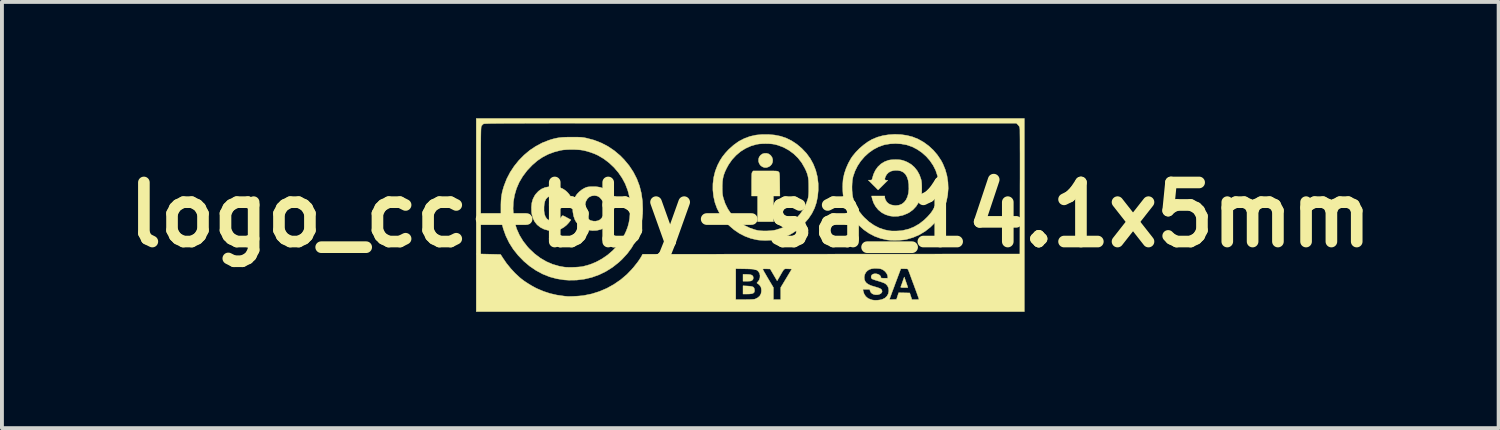
<source format=kicad_pcb>
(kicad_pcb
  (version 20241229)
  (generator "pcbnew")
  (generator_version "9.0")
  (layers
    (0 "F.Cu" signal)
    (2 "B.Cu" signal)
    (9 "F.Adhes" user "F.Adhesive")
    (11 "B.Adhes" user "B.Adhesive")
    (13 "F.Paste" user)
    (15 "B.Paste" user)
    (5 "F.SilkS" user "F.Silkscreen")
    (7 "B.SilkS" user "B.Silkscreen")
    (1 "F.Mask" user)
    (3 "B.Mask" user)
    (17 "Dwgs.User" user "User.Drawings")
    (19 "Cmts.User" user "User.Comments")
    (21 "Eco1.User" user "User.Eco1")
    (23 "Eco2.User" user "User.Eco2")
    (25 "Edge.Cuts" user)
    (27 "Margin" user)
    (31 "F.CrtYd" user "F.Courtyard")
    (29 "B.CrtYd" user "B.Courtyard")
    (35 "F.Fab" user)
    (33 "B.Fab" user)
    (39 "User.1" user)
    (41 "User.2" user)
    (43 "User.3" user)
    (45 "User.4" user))
  (footprint "logo_cc-bby-sa_14.1x5mm"
    (layer "F.Cu")
    (at 16.3 2.49)
    (property "Reference" "logo_cc-bby-sa_14.1x5mm" (at 0 0 0) (layer "F.SilkS") (effects (font (size 1.524 1.524) (thickness 0.3))))
    (attr through_hole)
    (fp_poly (pts (xy -0.072 1.836) (xy -0.006 1.841) (xy 0.041 1.849) (xy 0.073 1.861) (xy 0.093 1.88) (xy 0.104 1.906) (xy 0.106 1.916) (xy 0.11 1.961) (xy 0.102 1.995) (xy 0.079 2.019) (xy 0.041 2.034) (xy -0.016 2.041) (xy -0.077 2.043) (xy -0.188 2.043) (xy -0.188 1.83) (xy -0.072 1.836)) (stroke (width 0.01) (type solid)) (fill yes) (layer "F.SilkS"))
    (fp_poly (pts (xy -0.032 1.538) (xy 0.018 1.547) (xy 0.052 1.564) (xy 0.071 1.59) (xy 0.077 1.627) (xy 0.077 1.633) (xy 0.068 1.668) (xy 0.048 1.689) (xy 0.031 1.7) (xy 0.01 1.707) (xy -0.021 1.71) (xy -0.067 1.712) (xy -0.084 1.712) (xy -0.188 1.712) (xy -0.188 1.535) (xy -0.101 1.535) (xy -0.032 1.538)) (stroke (width 0.01) (type solid)) (fill yes) (layer "F.SilkS"))
    (fp_poly (pts (xy 4.017 1.737) (xy 4.035 1.788) (xy 4.049 1.83) (xy 4.059 1.86) (xy 4.064 1.874) (xy 4.064 1.874) (xy 4.054 1.876) (xy 4.027 1.877) (xy 3.987 1.877) (xy 3.969 1.877) (xy 3.921 1.877) (xy 3.892 1.874) (xy 3.88 1.868) (xy 3.879 1.864) (xy 3.884 1.848) (xy 3.895 1.817) (xy 3.911 1.774) (xy 3.927 1.727) (xy 3.97 1.604) (xy 4.017 1.737)) (stroke (width 0.01) (type solid)) (fill yes) (layer "F.SilkS"))
    (fp_poly (pts (xy 0.472 -1.572) (xy 0.52 -1.538) (xy 0.529 -1.529) (xy 0.564 -1.475) (xy 0.579 -1.418) (xy 0.575 -1.361) (xy 0.554 -1.308) (xy 0.515 -1.263) (xy 0.47 -1.236) (xy 0.415 -1.218) (xy 0.364 -1.219) (xy 0.312 -1.238) (xy 0.264 -1.273) (xy 0.23 -1.322) (xy 0.212 -1.378) (xy 0.213 -1.438) (xy 0.228 -1.487) (xy 0.262 -1.535) (xy 0.308 -1.569) (xy 0.362 -1.586) (xy 0.418 -1.587) (xy 0.472 -1.572)) (stroke (width 0.01) (type solid)) (fill yes) (layer "F.SilkS"))
    (fp_poly (pts (xy 0.482 -1.132) (xy 0.555 -1.132) (xy 0.61 -1.131) (xy 0.651 -1.13) (xy 0.68 -1.128) (xy 0.7 -1.125) (xy 0.713 -1.121) (xy 0.722 -1.115) (xy 0.73 -1.108) (xy 0.731 -1.107) (xy 0.739 -1.099) (xy 0.745 -1.089) (xy 0.749 -1.076) (xy 0.752 -1.057) (xy 0.755 -1.028) (xy 0.757 -0.988) (xy 0.758 -0.933) (xy 0.759 -0.86) (xy 0.76 -0.784) (xy 0.763 -0.486) (xy 0.596 -0.486) (xy 0.596 0.177) (xy 0.188 0.177) (xy 0.188 -0.486) (xy 0.033 -0.486) (xy 0.033 -0.783) (xy 0.033 -0.872) (xy 0.034 -0.942) (xy 0.035 -0.995) (xy 0.036 -1.034) (xy 0.038 -1.062) (xy 0.042 -1.081) (xy 0.046 -1.094) (xy 0.052 -1.103) (xy 0.054 -1.106) (xy 0.075 -1.132) (xy 0.391 -1.132) (xy 0.482 -1.132)) (stroke (width 0.01) (type solid)) (fill yes) (layer "F.SilkS"))
    (fp_poly (pts (xy -3.969 -0.725) (xy -3.872 -0.71) (xy -3.788 -0.68) (xy -3.714 -0.635) (xy -3.659 -0.586) (xy -3.625 -0.55) (xy -3.599 -0.516) (xy -3.582 -0.49) (xy -3.578 -0.473) (xy -3.579 -0.471) (xy -3.591 -0.464) (xy -3.617 -0.45) (xy -3.653 -0.431) (xy -3.693 -0.409) (xy -3.734 -0.389) (xy -3.769 -0.371) (xy -3.794 -0.358) (xy -3.804 -0.353) (xy -3.813 -0.362) (xy -3.829 -0.383) (xy -3.843 -0.403) (xy -3.89 -0.454) (xy -3.946 -0.485) (xy -4.013 -0.497) (xy -4.022 -0.497) (xy -4.094 -0.487) (xy -4.156 -0.458) (xy -4.204 -0.411) (xy -4.239 -0.348) (xy -4.247 -0.325) (xy -4.256 -0.277) (xy -4.261 -0.216) (xy -4.262 -0.148) (xy -4.259 -0.082) (xy -4.251 -0.025) (xy -4.246 -0.002) (xy -4.216 0.065) (xy -4.172 0.115) (xy -4.115 0.148) (xy -4.045 0.163) (xy -3.994 0.164) (xy -3.927 0.152) (xy -3.874 0.125) (xy -3.83 0.08) (xy -3.815 0.058) (xy -3.785 0.012) (xy -3.69 0.061) (xy -3.637 0.088) (xy -3.602 0.107) (xy -3.581 0.122) (xy -3.574 0.134) (xy -3.577 0.148) (xy -3.589 0.166) (xy -3.604 0.185) (xy -3.678 0.268) (xy -3.762 0.333) (xy -3.856 0.377) (xy -3.959 0.402) (xy -4.069 0.407) (xy -4.183 0.392) (xy -4.272 0.363) (xy -4.356 0.316) (xy -4.43 0.256) (xy -4.49 0.186) (xy -4.523 0.128) (xy -4.557 0.032) (xy -4.576 -0.074) (xy -4.581 -0.183) (xy -4.571 -0.29) (xy -4.547 -0.39) (xy -4.515 -0.466) (xy -4.47 -0.533) (xy -4.409 -0.596) (xy -4.34 -0.651) (xy -4.277 -0.688) (xy -4.24 -0.704) (xy -4.209 -0.715) (xy -4.174 -0.721) (xy -4.131 -0.725) (xy -4.081 -0.727) (xy -3.969 -0.725)) (stroke (width 0.01) (type solid)) (fill yes) (layer "F.SilkS"))
    (fp_poly (pts (xy -5.009 -0.723) (xy -4.919 -0.705) (xy -4.84 -0.674) (xy -4.77 -0.628) (xy -4.736 -0.599) (xy -4.706 -0.569) (xy -4.679 -0.537) (xy -4.656 -0.507) (xy -4.642 -0.483) (xy -4.639 -0.471) (xy -4.64 -0.471) (xy -4.66 -0.458) (xy -4.692 -0.44) (xy -4.731 -0.42) (xy -4.773 -0.4) (xy -4.813 -0.382) (xy -4.845 -0.368) (xy -4.865 -0.361) (xy -4.87 -0.361) (xy -4.88 -0.375) (xy -4.898 -0.399) (xy -4.908 -0.413) (xy -4.953 -0.456) (xy -5.009 -0.484) (xy -5.073 -0.496) (xy -5.139 -0.491) (xy -5.186 -0.476) (xy -5.235 -0.446) (xy -5.272 -0.403) (xy -5.298 -0.347) (xy -5.314 -0.274) (xy -5.32 -0.204) (xy -5.32 -0.101) (xy -5.307 -0.015) (xy -5.282 0.053) (xy -5.244 0.105) (xy -5.193 0.141) (xy -5.187 0.144) (xy -5.131 0.161) (xy -5.069 0.165) (xy -5.009 0.158) (xy -4.971 0.144) (xy -4.929 0.116) (xy -4.888 0.075) (xy -4.854 0.03) (xy -4.854 0.029) (xy -4.847 0.023) (xy -4.835 0.022) (xy -4.816 0.028) (xy -4.784 0.043) (xy -4.738 0.068) (xy -4.734 0.07) (xy -4.625 0.129) (xy -4.679 0.2) (xy -4.737 0.263) (xy -4.806 0.319) (xy -4.879 0.362) (xy -4.929 0.382) (xy -4.968 0.39) (xy -5.02 0.397) (xy -5.078 0.402) (xy -5.135 0.405) (xy -5.184 0.405) (xy -5.213 0.401) (xy -5.322 0.37) (xy -5.416 0.322) (xy -5.496 0.258) (xy -5.559 0.18) (xy -5.605 0.088) (xy -5.634 -0.016) (xy -5.642 -0.074) (xy -5.645 -0.198) (xy -5.634 -0.308) (xy -5.606 -0.406) (xy -5.561 -0.494) (xy -5.534 -0.533) (xy -5.464 -0.609) (xy -5.385 -0.666) (xy -5.294 -0.705) (xy -5.191 -0.725) (xy -5.115 -0.729) (xy -5.009 -0.723)) (stroke (width 0.01) (type solid)) (fill yes) (layer "F.SilkS"))
    (fp_poly (pts (xy 3.818 -1.422) (xy 3.878 -1.416) (xy 3.901 -1.412) (xy 3.938 -1.402) (xy 3.987 -1.385) (xy 4.037 -1.364) (xy 4.052 -1.357) (xy 4.148 -1.301) (xy 4.233 -1.226) (xy 4.305 -1.136) (xy 4.362 -1.032) (xy 4.403 -0.917) (xy 4.403 -0.917) (xy 4.413 -0.872) (xy 4.419 -0.818) (xy 4.422 -0.75) (xy 4.423 -0.69) (xy 4.422 -0.626) (xy 4.421 -0.577) (xy 4.417 -0.539) (xy 4.41 -0.504) (xy 4.4 -0.467) (xy 4.391 -0.437) (xy 4.342 -0.32) (xy 4.277 -0.219) (xy 4.197 -0.133) (xy 4.101 -0.062) (xy 4.047 -0.033) (xy 3.93 0.013) (xy 3.81 0.037) (xy 3.689 0.041) (xy 3.589 0.027) (xy 3.483 -0.007) (xy 3.386 -0.059) (xy 3.302 -0.128) (xy 3.233 -0.212) (xy 3.179 -0.308) (xy 3.143 -0.415) (xy 3.143 -0.417) (xy 3.127 -0.486) (xy 3.468 -0.486) (xy 3.468 -0.458) (xy 3.472 -0.429) (xy 3.482 -0.395) (xy 3.485 -0.389) (xy 3.521 -0.329) (xy 3.573 -0.284) (xy 3.64 -0.255) (xy 3.722 -0.241) (xy 3.756 -0.24) (xy 3.837 -0.25) (xy 3.908 -0.278) (xy 3.968 -0.325) (xy 4.017 -0.388) (xy 4.054 -0.467) (xy 4.078 -0.56) (xy 4.089 -0.666) (xy 4.086 -0.785) (xy 4.085 -0.792) (xy 4.069 -0.895) (xy 4.04 -0.981) (xy 3.999 -1.049) (xy 3.945 -1.099) (xy 3.878 -1.131) (xy 3.799 -1.146) (xy 3.709 -1.144) (xy 3.631 -1.126) (xy 3.567 -1.092) (xy 3.518 -1.042) (xy 3.495 -1.002) (xy 3.475 -0.955) (xy 3.468 -0.923) (xy 3.474 -0.904) (xy 3.493 -0.894) (xy 3.507 -0.892) (xy 3.546 -0.889) (xy 3.296 -0.641) (xy 3.169 -0.768) (xy 3.043 -0.895) (xy 3.089 -0.895) (xy 3.119 -0.896) (xy 3.134 -0.904) (xy 3.141 -0.921) (xy 3.142 -0.925) (xy 3.177 -1.045) (xy 3.227 -1.151) (xy 3.292 -1.24) (xy 3.37 -1.313) (xy 3.463 -1.37) (xy 3.568 -1.409) (xy 3.568 -1.409) (xy 3.617 -1.417) (xy 3.68 -1.422) (xy 3.749 -1.424) (xy 3.818 -1.422)) (stroke (width 0.01) (type solid)) (fill yes) (layer "F.SilkS"))
    (fp_poly (pts (xy 0.626 -2.058) (xy 0.783 -2.027) (xy 0.93 -1.977) (xy 1.068 -1.908) (xy 1.201 -1.82) (xy 1.328 -1.712) (xy 1.447 -1.587) (xy 1.547 -1.45) (xy 1.627 -1.303) (xy 1.688 -1.146) (xy 1.73 -0.981) (xy 1.751 -0.808) (xy 1.752 -0.636) (xy 1.736 -0.467) (xy 1.704 -0.312) (xy 1.655 -0.169) (xy 1.588 -0.034) (xy 1.502 0.094) (xy 1.395 0.218) (xy 1.365 0.25) (xy 1.27 0.339) (xy 1.179 0.413) (xy 1.085 0.475) (xy 0.996 0.524) (xy 0.855 0.583) (xy 0.703 0.626) (xy 0.545 0.653) (xy 0.384 0.661) (xy 0.224 0.652) (xy 0.177 0.646) (xy 0.018 0.61) (xy -0.136 0.553) (xy -0.283 0.478) (xy -0.421 0.384) (xy -0.549 0.274) (xy -0.664 0.149) (xy -0.765 0.009) (xy -0.784 -0.022) (xy -0.857 -0.164) (xy -0.912 -0.316) (xy -0.948 -0.475) (xy -0.965 -0.638) (xy -0.965 -0.707) (xy -0.723 -0.707) (xy -0.722 -0.634) (xy -0.72 -0.577) (xy -0.716 -0.531) (xy -0.709 -0.488) (xy -0.699 -0.444) (xy -0.697 -0.436) (xy -0.648 -0.289) (xy -0.58 -0.152) (xy -0.495 -0.026) (xy -0.394 0.088) (xy -0.279 0.188) (xy -0.151 0.273) (xy -0.013 0.34) (xy 0.134 0.389) (xy 0.202 0.404) (xy 0.269 0.412) (xy 0.349 0.416) (xy 0.436 0.415) (xy 0.523 0.41) (xy 0.602 0.401) (xy 0.665 0.388) (xy 0.815 0.338) (xy 0.954 0.269) (xy 1.083 0.18) (xy 1.169 0.106) (xy 1.278 -0.012) (xy 1.367 -0.138) (xy 1.436 -0.274) (xy 1.482 -0.403) (xy 1.491 -0.437) (xy 1.497 -0.47) (xy 1.501 -0.505) (xy 1.504 -0.548) (xy 1.506 -0.603) (xy 1.506 -0.673) (xy 1.506 -0.707) (xy 1.505 -0.803) (xy 1.502 -0.883) (xy 1.494 -0.951) (xy 1.482 -1.011) (xy 1.464 -1.07) (xy 1.44 -1.132) (xy 1.407 -1.201) (xy 1.403 -1.209) (xy 1.325 -1.345) (xy 1.229 -1.467) (xy 1.119 -1.574) (xy 0.995 -1.665) (xy 0.859 -1.74) (xy 0.713 -1.795) (xy 0.625 -1.818) (xy 0.561 -1.828) (xy 0.483 -1.834) (xy 0.397 -1.836) (xy 0.311 -1.834) (xy 0.23 -1.828) (xy 0.163 -1.818) (xy 0.16 -1.817) (xy 0.015 -1.775) (xy -0.122 -1.713) (xy -0.251 -1.633) (xy -0.367 -1.535) (xy -0.472 -1.421) (xy -0.561 -1.293) (xy -0.613 -1.198) (xy -0.655 -1.109) (xy -0.685 -1.027) (xy -0.705 -0.947) (xy -0.717 -0.862) (xy -0.722 -0.765) (xy -0.723 -0.707) (xy -0.965 -0.707) (xy -0.964 -0.802) (xy -0.944 -0.964) (xy -0.905 -1.122) (xy -0.847 -1.273) (xy -0.84 -1.287) (xy -0.781 -1.4) (xy -0.717 -1.5) (xy -0.641 -1.595) (xy -0.558 -1.685) (xy -0.43 -1.799) (xy -0.298 -1.894) (xy -0.158 -1.967) (xy -0.01 -2.022) (xy 0.147 -2.057) (xy 0.315 -2.073) (xy 0.455 -2.073) (xy 0.626 -2.058)) (stroke (width 0.01) (type solid)) (fill yes) (layer "F.SilkS"))
    (fp_poly (pts (xy 3.883 -2.07) (xy 4.036 -2.048) (xy 4.183 -2.011) (xy 4.185 -2.01) (xy 4.331 -1.951) (xy 4.47 -1.873) (xy 4.601 -1.777) (xy 4.721 -1.666) (xy 4.827 -1.541) (xy 4.919 -1.404) (xy 4.964 -1.32) (xy 5.028 -1.166) (xy 5.072 -1.007) (xy 5.097 -0.844) (xy 5.104 -0.68) (xy 5.091 -0.516) (xy 5.06 -0.356) (xy 5.011 -0.202) (xy 4.944 -0.055) (xy 4.86 0.082) (xy 4.777 0.186) (xy 4.648 0.315) (xy 4.51 0.424) (xy 4.362 0.513) (xy 4.203 0.582) (xy 4.035 0.632) (xy 4.018 0.636) (xy 3.956 0.646) (xy 3.879 0.653) (xy 3.794 0.657) (xy 3.706 0.658) (xy 3.623 0.656) (xy 3.551 0.65) (xy 3.523 0.646) (xy 3.36 0.609) (xy 3.206 0.553) (xy 3.061 0.477) (xy 2.923 0.381) (xy 2.792 0.263) (xy 2.788 0.26) (xy 2.676 0.137) (xy 2.583 0.011) (xy 2.51 -0.12) (xy 2.453 -0.26) (xy 2.411 -0.412) (xy 2.401 -0.46) (xy 2.391 -0.533) (xy 2.385 -0.62) (xy 2.383 -0.714) (xy 2.383 -0.721) (xy 2.622 -0.721) (xy 2.624 -0.627) (xy 2.631 -0.539) (xy 2.642 -0.463) (xy 2.648 -0.439) (xy 2.691 -0.307) (xy 2.744 -0.19) (xy 2.811 -0.083) (xy 2.894 0.021) (xy 2.943 0.073) (xy 3.064 0.183) (xy 3.192 0.271) (xy 3.326 0.34) (xy 3.469 0.387) (xy 3.595 0.412) (xy 3.651 0.417) (xy 3.721 0.418) (xy 3.797 0.416) (xy 3.868 0.411) (xy 3.929 0.404) (xy 3.933 0.403) (xy 4.082 0.367) (xy 4.222 0.311) (xy 4.353 0.236) (xy 4.477 0.14) (xy 4.563 0.058) (xy 4.621 -0.006) (xy 4.667 -0.062) (xy 4.705 -0.119) (xy 4.74 -0.183) (xy 4.76 -0.224) (xy 4.81 -0.351) (xy 4.843 -0.489) (xy 4.86 -0.635) (xy 4.86 -0.783) (xy 4.844 -0.929) (xy 4.826 -1.01) (xy 4.781 -1.145) (xy 4.716 -1.274) (xy 4.634 -1.395) (xy 4.537 -1.506) (xy 4.427 -1.604) (xy 4.306 -1.687) (xy 4.177 -1.754) (xy 4.042 -1.801) (xy 4.026 -1.805) (xy 3.891 -1.829) (xy 3.749 -1.838) (xy 3.606 -1.831) (xy 3.47 -1.809) (xy 3.434 -1.799) (xy 3.301 -1.751) (xy 3.174 -1.684) (xy 3.054 -1.599) (xy 2.945 -1.499) (xy 2.848 -1.386) (xy 2.766 -1.262) (xy 2.7 -1.129) (xy 2.652 -0.991) (xy 2.648 -0.976) (xy 2.634 -0.902) (xy 2.626 -0.815) (xy 2.622 -0.721) (xy 2.383 -0.721) (xy 2.385 -0.807) (xy 2.391 -0.892) (xy 2.396 -0.933) (xy 2.425 -1.065) (xy 2.471 -1.201) (xy 2.53 -1.335) (xy 2.6 -1.459) (xy 2.642 -1.519) (xy 2.723 -1.617) (xy 2.818 -1.714) (xy 2.923 -1.803) (xy 3.031 -1.882) (xy 3.137 -1.944) (xy 3.145 -1.948) (xy 3.275 -2.002) (xy 3.418 -2.042) (xy 3.57 -2.066) (xy 3.726 -2.076) (xy 3.883 -2.07)) (stroke (width 0.01) (type solid)) (fill yes) (layer "F.SilkS"))
    (fp_poly (pts (xy -4.524 -2.004) (xy -4.455 -2.003) (xy -4.4 -2.002) (xy -4.355 -1.999) (xy -4.316 -1.995) (xy -4.278 -1.989) (xy -4.239 -1.981) (xy -4.225 -1.978) (xy -4.028 -1.926) (xy -3.844 -1.854) (xy -3.67 -1.764) (xy -3.508 -1.655) (xy -3.355 -1.526) (xy -3.254 -1.423) (xy -3.125 -1.268) (xy -3.016 -1.103) (xy -2.927 -0.929) (xy -2.858 -0.747) (xy -2.81 -0.556) (xy -2.782 -0.356) (xy -2.774 -0.147) (xy -2.775 -0.083) (xy -2.793 0.124) (xy -2.831 0.32) (xy -2.887 0.506) (xy -2.964 0.682) (xy -3.06 0.848) (xy -3.176 1.004) (xy -3.312 1.151) (xy -3.39 1.223) (xy -3.551 1.351) (xy -3.721 1.458) (xy -3.899 1.545) (xy -4.085 1.612) (xy -4.277 1.658) (xy -4.476 1.683) (xy -4.679 1.686) (xy -4.801 1.678) (xy -4.992 1.648) (xy -5.178 1.598) (xy -5.357 1.526) (xy -5.528 1.434) (xy -5.692 1.322) (xy -5.84 1.197) (xy -5.986 1.047) (xy -6.112 0.889) (xy -6.218 0.722) (xy -6.304 0.545) (xy -6.371 0.359) (xy -6.408 0.217) (xy -6.416 0.177) (xy -6.422 0.138) (xy -6.426 0.097) (xy -6.429 0.05) (xy -6.431 -0.007) (xy -6.432 -0.079) (xy -6.432 -0.149) (xy -6.432 -0.164) (xy -6.118 -0.164) (xy -6.108 0.02) (xy -6.077 0.196) (xy -6.025 0.364) (xy -5.953 0.525) (xy -5.86 0.678) (xy -5.746 0.824) (xy -5.699 0.875) (xy -5.563 1.004) (xy -5.417 1.114) (xy -5.262 1.205) (xy -5.1 1.275) (xy -4.931 1.324) (xy -4.809 1.346) (xy -4.752 1.352) (xy -4.679 1.354) (xy -4.597 1.354) (xy -4.513 1.351) (xy -4.433 1.346) (xy -4.363 1.339) (xy -4.312 1.331) (xy -4.145 1.285) (xy -3.982 1.22) (xy -3.827 1.136) (xy -3.682 1.037) (xy -3.548 0.922) (xy -3.429 0.795) (xy -3.327 0.657) (xy -3.256 0.535) (xy -3.202 0.421) (xy -3.161 0.313) (xy -3.132 0.204) (xy -3.112 0.089) (xy -3.102 -0.037) (xy -3.099 -0.155) (xy -3.1 -0.259) (xy -3.105 -0.348) (xy -3.113 -0.426) (xy -3.127 -0.501) (xy -3.146 -0.579) (xy -3.166 -0.645) (xy -3.225 -0.799) (xy -3.305 -0.948) (xy -3.402 -1.09) (xy -3.515 -1.222) (xy -3.642 -1.341) (xy -3.78 -1.446) (xy -3.928 -1.533) (xy -3.938 -1.538) (xy -4.023 -1.576) (xy -4.122 -1.612) (xy -4.225 -1.643) (xy -4.314 -1.664) (xy -4.382 -1.674) (xy -4.465 -1.68) (xy -4.557 -1.684) (xy -4.651 -1.684) (xy -4.742 -1.68) (xy -4.823 -1.674) (xy -4.889 -1.664) (xy -4.892 -1.663) (xy -5.06 -1.619) (xy -5.213 -1.562) (xy -5.354 -1.489) (xy -5.487 -1.4) (xy -5.614 -1.291) (xy -5.623 -1.283) (xy -5.756 -1.143) (xy -5.868 -0.995) (xy -5.96 -0.84) (xy -6.03 -0.678) (xy -6.08 -0.508) (xy -6.11 -0.331) (xy -6.118 -0.164) (xy -6.432 -0.164) (xy -6.432 -0.26) (xy -6.429 -0.353) (xy -6.423 -0.434) (xy -6.413 -0.507) (xy -6.4 -0.578) (xy -6.381 -0.651) (xy -6.357 -0.731) (xy -6.35 -0.751) (xy -6.282 -0.927) (xy -6.194 -1.096) (xy -6.089 -1.255) (xy -5.969 -1.404) (xy -5.835 -1.54) (xy -5.69 -1.662) (xy -5.533 -1.767) (xy -5.369 -1.855) (xy -5.204 -1.92) (xy -5.125 -1.946) (xy -5.054 -1.965) (xy -4.986 -1.98) (xy -4.918 -1.991) (xy -4.844 -1.998) (xy -4.759 -2.002) (xy -4.66 -2.004) (xy -4.611 -2.004) (xy -4.524 -2.004)) (stroke (width 0.01) (type solid)) (fill yes) (layer "F.SilkS"))
    (fp_poly (pts (xy 7.068 2.496) (xy -7.068 2.496) (xy -7.068 2.187) (xy -0.375 2.187) (xy -0.146 2.186) (xy -0.055 2.185) (xy 0.016 2.183) (xy 0.068 2.18) (xy 0.105 2.176) (xy 0.125 2.171) (xy 0.193 2.137) (xy 0.244 2.092) (xy 0.275 2.035) (xy 0.287 1.967) (xy 0.287 1.956) (xy 0.284 1.915) (xy 0.277 1.876) (xy 0.272 1.863) (xy 0.253 1.831) (xy 0.224 1.799) (xy 0.192 1.774) (xy 0.174 1.764) (xy 0.171 1.754) (xy 0.187 1.734) (xy 0.195 1.727) (xy 0.228 1.682) (xy 0.247 1.627) (xy 0.251 1.569) (xy 0.24 1.513) (xy 0.215 1.47) (xy 0.195 1.448) (xy 0.174 1.431) (xy 0.149 1.418) (xy 0.117 1.409) (xy 0.076 1.402) (xy 0.059 1.401) (xy 0.32 1.401) (xy 0.326 1.413) (xy 0.341 1.441) (xy 0.364 1.483) (xy 0.395 1.535) (xy 0.43 1.596) (xy 0.458 1.644) (xy 0.596 1.876) (xy 0.596 2.187) (xy 0.784 2.187) (xy 0.784 1.922) (xy 2.903 1.922) (xy 2.911 1.963) (xy 2.935 2.04) (xy 2.976 2.103) (xy 3.033 2.152) (xy 3.106 2.185) (xy 3.158 2.198) (xy 3.215 2.204) (xy 3.281 2.202) (xy 3.347 2.194) (xy 3.401 2.181) (xy 3.402 2.181) (xy 3.404 2.18) (xy 3.589 2.18) (xy 3.599 2.183) (xy 3.626 2.185) (xy 3.665 2.185) (xy 3.68 2.184) (xy 3.77 2.181) (xy 3.826 2.009) (xy 3.969 2.012) (xy 4.112 2.015) (xy 4.168 2.187) (xy 4.26 2.187) (xy 4.301 2.186) (xy 4.333 2.183) (xy 4.35 2.179) (xy 4.351 2.178) (xy 4.347 2.166) (xy 4.337 2.137) (xy 4.321 2.092) (xy 4.301 2.035) (xy 4.277 1.969) (xy 4.25 1.897) (xy 4.222 1.82) (xy 4.193 1.743) (xy 4.165 1.667) (xy 4.139 1.596) (xy 4.116 1.533) (xy 4.096 1.48) (xy 4.081 1.44) (xy 4.073 1.422) (xy 4.066 1.407) (xy 4.057 1.398) (xy 4.039 1.393) (xy 4.009 1.392) (xy 3.971 1.391) (xy 3.882 1.391) (xy 3.735 1.782) (xy 3.703 1.87) (xy 3.672 1.951) (xy 3.645 2.024) (xy 3.623 2.085) (xy 3.605 2.133) (xy 3.594 2.165) (xy 3.589 2.179) (xy 3.589 2.18) (xy 3.404 2.18) (xy 3.471 2.147) (xy 3.522 2.099) (xy 3.556 2.04) (xy 3.571 1.97) (xy 3.571 1.955) (xy 3.563 1.886) (xy 3.535 1.827) (xy 3.49 1.781) (xy 3.483 1.776) (xy 3.455 1.761) (xy 3.41 1.743) (xy 3.355 1.724) (xy 3.296 1.706) (xy 3.242 1.69) (xy 3.193 1.674) (xy 3.156 1.66) (xy 3.135 1.65) (xy 3.134 1.648) (xy 3.117 1.62) (xy 3.117 1.586) (xy 3.131 1.554) (xy 3.137 1.548) (xy 3.172 1.527) (xy 3.215 1.519) (xy 3.261 1.523) (xy 3.304 1.536) (xy 3.339 1.558) (xy 3.362 1.587) (xy 3.368 1.613) (xy 3.37 1.624) (xy 3.379 1.63) (xy 3.4 1.633) (xy 3.436 1.634) (xy 3.457 1.634) (xy 3.545 1.634) (xy 3.545 1.599) (xy 3.535 1.55) (xy 3.508 1.499) (xy 3.469 1.454) (xy 3.422 1.419) (xy 3.389 1.403) (xy 3.357 1.392) (xy 3.319 1.386) (xy 3.268 1.383) (xy 3.261 1.382) (xy 3.183 1.383) (xy 3.119 1.393) (xy 3.065 1.413) (xy 3.021 1.441) (xy 2.978 1.487) (xy 2.95 1.544) (xy 2.938 1.606) (xy 2.944 1.669) (xy 2.963 1.717) (xy 2.995 1.758) (xy 3.044 1.793) (xy 3.11 1.824) (xy 3.192 1.849) (xy 3.264 1.87) (xy 3.317 1.888) (xy 3.355 1.905) (xy 3.379 1.923) (xy 3.39 1.938) (xy 3.4 1.973) (xy 3.39 2.004) (xy 3.366 2.03) (xy 3.33 2.049) (xy 3.286 2.06) (xy 3.237 2.062) (xy 3.188 2.054) (xy 3.144 2.035) (xy 3.109 2.002) (xy 3.093 1.968) (xy 3.076 1.922) (xy 2.903 1.922) (xy 0.784 1.922) (xy 0.784 1.875) (xy 0.928 1.636) (xy 1.071 1.397) (xy 0.975 1.394) (xy 0.939 1.392) (xy 0.912 1.392) (xy 0.891 1.395) (xy 0.874 1.405) (xy 0.857 1.423) (xy 0.837 1.452) (xy 0.812 1.494) (xy 0.778 1.553) (xy 0.771 1.566) (xy 0.692 1.702) (xy 0.513 1.397) (xy 0.417 1.394) (xy 0.372 1.393) (xy 0.339 1.395) (xy 0.322 1.399) (xy 0.32 1.401) (xy 0.059 1.401) (xy 0.021 1.398) (xy -0.05 1.395) (xy -0.135 1.393) (xy -0.375 1.389) (xy -0.375 2.187) (xy -7.068 2.187) (xy -7.068 -0.624) (xy -6.952 -0.624) (xy -6.952 1.01) (xy -6.44 1.022) (xy -6.378 1.119) (xy -6.288 1.25) (xy -6.183 1.38) (xy -6.068 1.504) (xy -5.95 1.614) (xy -5.908 1.649) (xy -5.827 1.71) (xy -5.732 1.772) (xy -5.633 1.832) (xy -5.536 1.885) (xy -5.497 1.904) (xy -5.331 1.974) (xy -5.163 2.029) (xy -4.988 2.069) (xy -4.8 2.096) (xy -4.727 2.103) (xy -4.679 2.105) (xy -4.615 2.104) (xy -4.541 2.101) (xy -4.464 2.097) (xy -4.389 2.091) (xy -4.323 2.084) (xy -4.296 2.081) (xy -4.09 2.039) (xy -3.89 1.976) (xy -3.698 1.894) (xy -3.515 1.792) (xy -3.342 1.673) (xy -3.181 1.536) (xy -3.033 1.382) (xy -2.909 1.226) (xy -2.875 1.178) (xy -2.844 1.131) (xy -2.818 1.091) (xy -2.805 1.068) (xy -2.777 1.016) (xy 2.087 1.013) (xy 6.952 1.01) (xy 6.955 -0.574) (xy 6.955 -0.761) (xy 6.956 -0.942) (xy 6.956 -1.116) (xy 6.956 -1.282) (xy 6.956 -1.439) (xy 6.956 -1.586) (xy 6.955 -1.72) (xy 6.955 -1.842) (xy 6.955 -1.948) (xy 6.954 -2.04) (xy 6.953 -2.114) (xy 6.953 -2.169) (xy 6.952 -2.205) (xy 6.951 -2.219) (xy 6.944 -2.26) (xy 6.929 -2.29) (xy 6.903 -2.321) (xy 6.902 -2.322) (xy 6.861 -2.363) (xy 0.006 -2.363) (xy -0.462 -2.363) (xy -0.907 -2.363) (xy -1.332 -2.363) (xy -1.736 -2.363) (xy -2.12 -2.363) (xy -2.485 -2.363) (xy -2.83 -2.363) (xy -3.157 -2.363) (xy -3.466 -2.363) (xy -3.758 -2.363) (xy -4.032 -2.363) (xy -4.29 -2.363) (xy -4.532 -2.362) (xy -4.759 -2.362) (xy -4.97 -2.362) (xy -5.167 -2.362) (xy -5.35 -2.361) (xy -5.52 -2.361) (xy -5.677 -2.361) (xy -5.821 -2.36) (xy -5.954 -2.36) (xy -6.075 -2.36) (xy -6.185 -2.359) (xy -6.284 -2.359) (xy -6.374 -2.358) (xy -6.454 -2.358) (xy -6.526 -2.357) (xy -6.589 -2.356) (xy -6.645 -2.356) (xy -6.693 -2.355) (xy -6.734 -2.354) (xy -6.768 -2.353) (xy -6.797 -2.352) (xy -6.821 -2.351) (xy -6.84 -2.351) (xy -6.855 -2.349) (xy -6.865 -2.348) (xy -6.873 -2.347) (xy -6.878 -2.346) (xy -6.88 -2.345) (xy -6.907 -2.323) (xy -6.931 -2.293) (xy -6.931 -2.293) (xy -6.934 -2.288) (xy -6.936 -2.281) (xy -6.939 -2.272) (xy -6.941 -2.259) (xy -6.943 -2.242) (xy -6.944 -2.22) (xy -6.946 -2.19) (xy -6.947 -2.153) (xy -6.948 -2.107) (xy -6.949 -2.051) (xy -6.95 -1.984) (xy -6.95 -1.905) (xy -6.951 -1.812) (xy -6.951 -1.706) (xy -6.951 -1.584) (xy -6.952 -1.446) (xy -6.952 -1.291) (xy -6.952 -1.117) (xy -6.952 -0.924) (xy -6.952 -0.71) (xy -6.952 -0.624) (xy -7.068 -0.624) (xy -7.068 -2.485) (xy 7.068 -2.485) (xy 7.068 2.496)) (stroke (width 0.01) (type solid)) (fill yes) (layer "F.SilkS")))
  (gr_rect
    (start -3 -3)
    (end 35.599 7.991)
    (stroke (width 0.1) (type default))
    (fill no)
    (layer "Edge.Cuts")))
</source>
